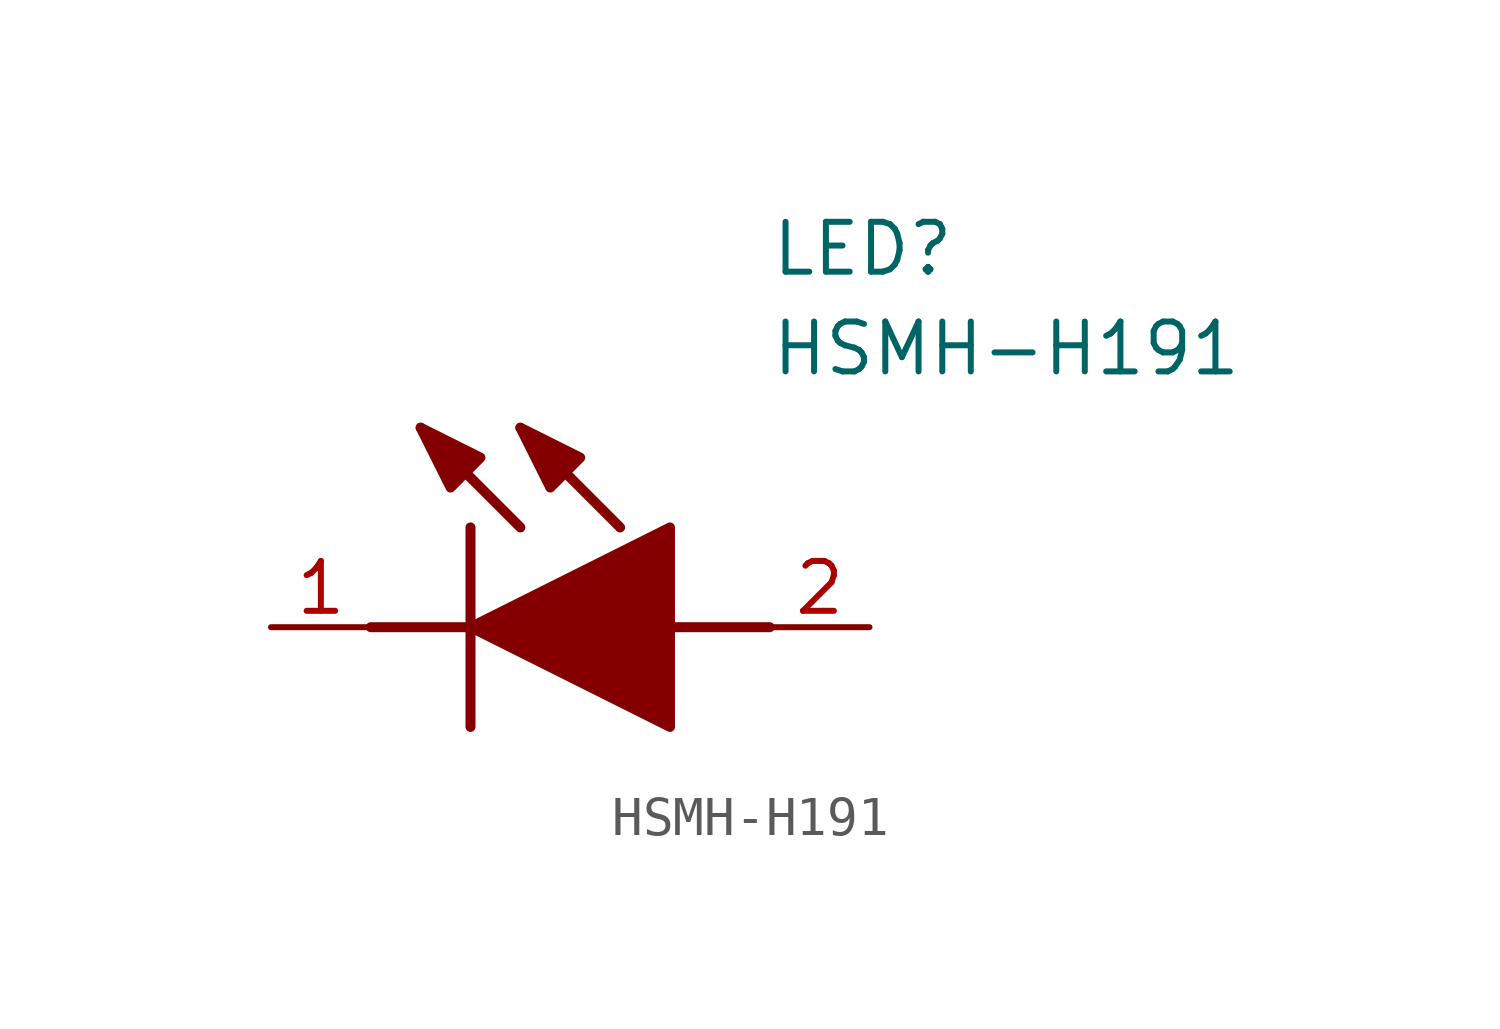
<source format=kicad_sym>
(kicad_symbol_lib
  (version 20211014)
  (generator SamacSys_ECAD_Model)
  (symbol "HSMH-H191"
    (pin_names hide)
    (property "Reference" "LED"
      (at 12.7 8.89 0)
      (effects (font (size 1.27 1.27)) (justify left bottom)))
    (property "Value" "HSMH-H191"
      (at 12.7 6.35 0)
      (effects (font (size 1.27 1.27)) (justify left bottom)))
    (polyline
      (pts (xy 5.08 2.54) (xy 5.08 -2.54))
      (stroke (width 0.254) (type default))
      (fill (type none)))
    (polyline
      (pts (xy 6.35 2.54) (xy 3.81 5.08))
      (stroke (width 0.254) (type default))
      (fill (type none)))
    (polyline
      (pts (xy 8.89 2.54) (xy 6.35 5.08))
      (stroke (width 0.254) (type default))
      (fill (type none)))
    (polyline
      (pts (xy 2.54 0) (xy 5.08 0))
      (stroke (width 0.254) (type default))
      (fill (type none)))
    (polyline
      (pts (xy 10.16 0) (xy 12.7 0))
      (stroke (width 0.254) (type default))
      (fill (type none)))
    (polyline
      (pts (xy 5.08 0) (xy 10.16 2.54) (xy 10.16 -2.54) (xy 5.08 0))
      (stroke (width 0.254) (type default))
      (fill (type outline)))
    (polyline
      (pts (xy 5.334 4.318) (xy 4.572 3.556) (xy 3.81 5.08) (xy 5.334 4.318))
      (stroke (width 0.254) (type default))
      (fill (type outline)))
    (polyline
      (pts (xy 7.874 4.318) (xy 7.112 3.556) (xy 6.35 5.08) (xy 7.874 4.318))
      (stroke (width 0.254) (type default))
      (fill (type outline)))
    (pin passive line
      (at 0 0 0)
      (length 2.54)
      (name "K" (effects (font (size 1.27 1.27))))
      (number "1" (effects (font (size 1.27 1.27)))))
    (pin passive line
      (at 15.24 0 180)
      (length 2.54)
      (name "A" (effects (font (size 1.27 1.27))))
      (number "2" (effects (font (size 1.27 1.27)))))))
</source>
